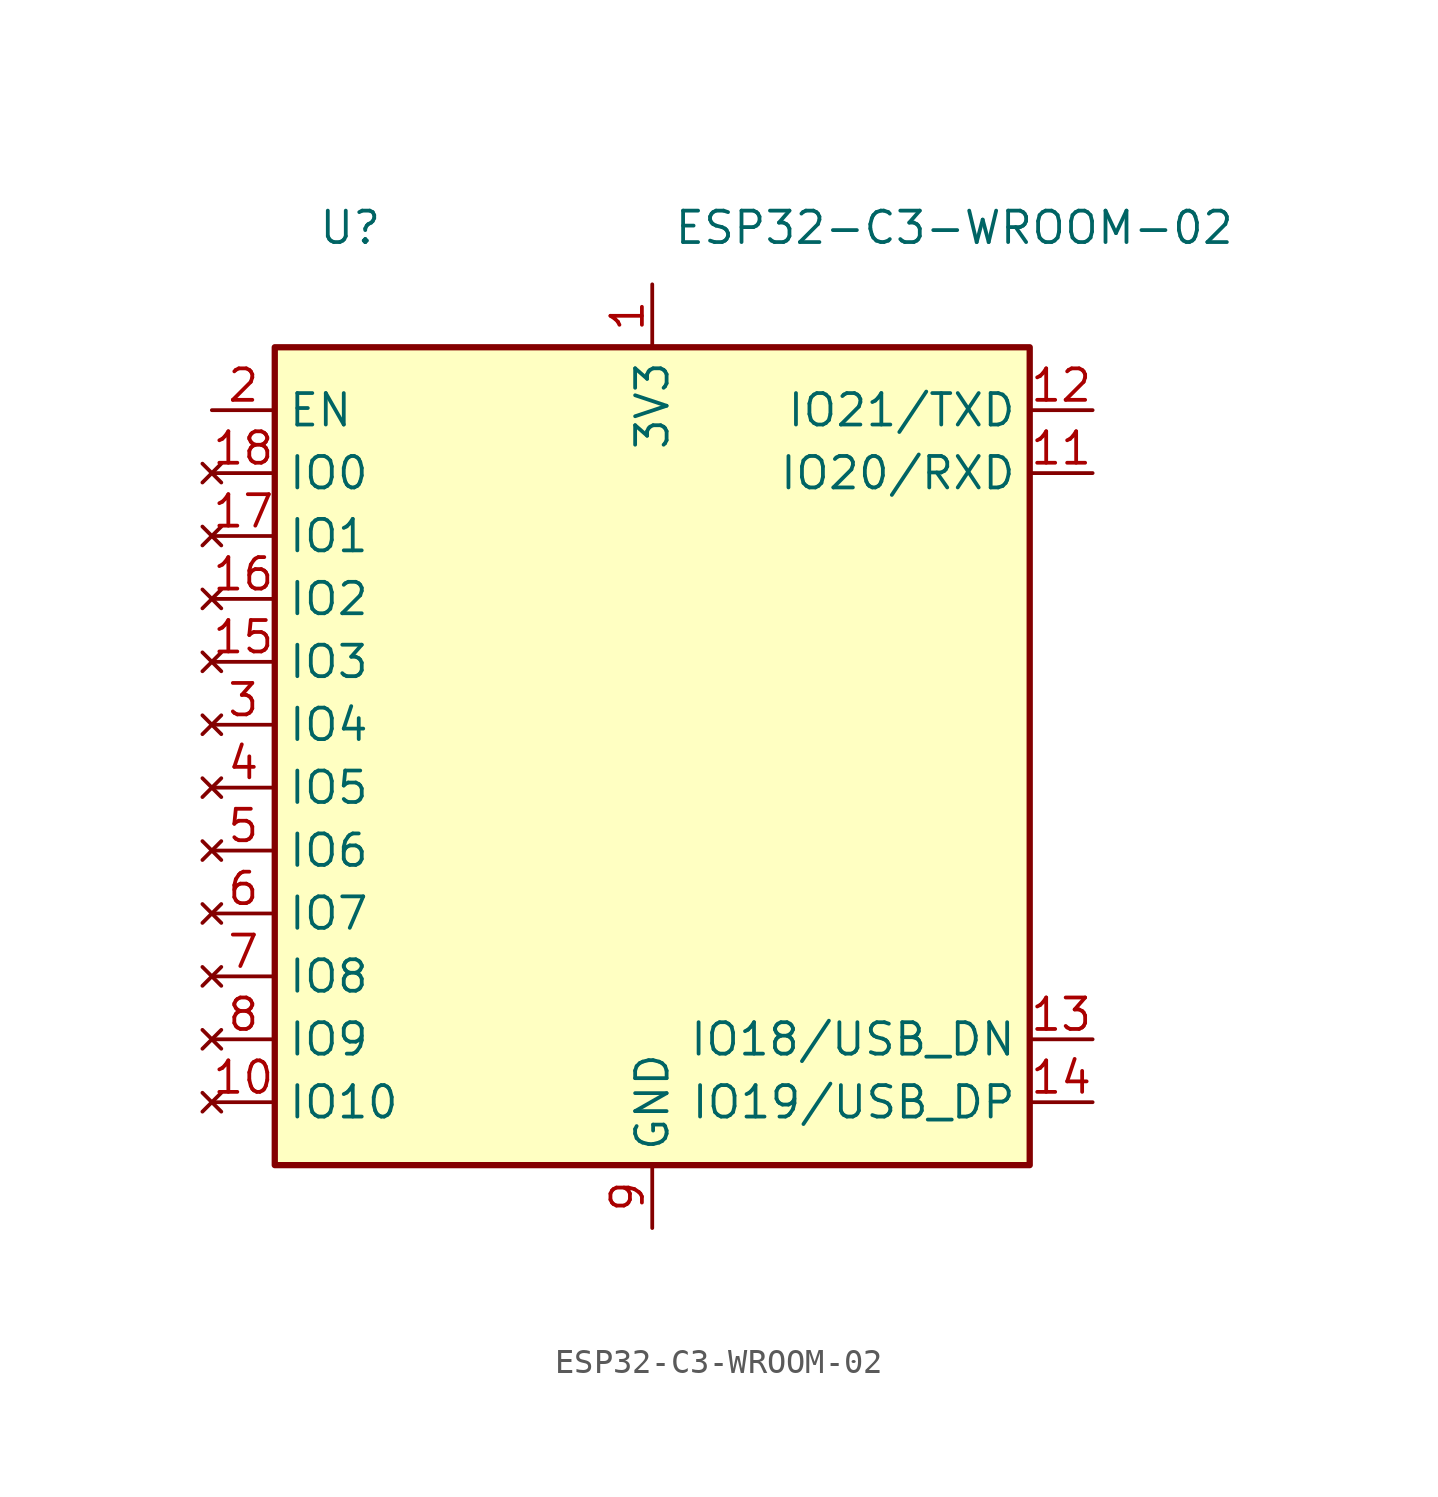
<source format=kicad_sym>
(kicad_symbol_lib
  (version 20241209)
  (generator "kicad_symbol_editor")
  (generator_version "9.0")
  (symbol "ESP32-C3-WROOM-02"
    (property "Reference" "U"
      (at -12.192 21.336 0)
      (effects (font (size 1.27 1.27))))
    (property "Value" "ESP32-C3-WROOM-02"
      (at 12.192 21.336 0)
      (effects (font (size 1.27 1.27))))
    (symbol "ESP32-C3-WROOM-02_1_1"
      (rectangle (start -15.24 16.51) (end 15.24 -16.51) (stroke (width 0.254) (type default)) (fill (type background)))
      (pin input line (at -17.78 13.97 0) (length 2.54) (name "EN" (effects (font (size 1.27 1.27)))) (number "2" (effects (font (size 1.27 1.27)))))
      (pin no_connect line (at -17.78 11.43 0) (length 2.54) (name "IO0" (effects (font (size 1.27 1.27)))) (number "18" (effects (font (size 1.27 1.27)))))
      (pin no_connect line (at -17.78 8.89 0) (length 2.54) (name "IO1" (effects (font (size 1.27 1.27)))) (number "17" (effects (font (size 1.27 1.27)))))
      (pin no_connect line (at -17.78 6.35 0) (length 2.54) (name "IO2" (effects (font (size 1.27 1.27)))) (number "16" (effects (font (size 1.27 1.27)))))
      (pin no_connect line (at -17.78 3.81 0) (length 2.54) (name "IO3" (effects (font (size 1.27 1.27)))) (number "15" (effects (font (size 1.27 1.27)))))
      (pin no_connect line (at -17.78 1.27 0) (length 2.54) (name "IO4" (effects (font (size 1.27 1.27)))) (number "3" (effects (font (size 1.27 1.27)))))
      (pin no_connect line (at -17.78 -1.27 0) (length 2.54) (name "IO5" (effects (font (size 1.27 1.27)))) (number "4" (effects (font (size 1.27 1.27)))))
      (pin no_connect line (at -17.78 -3.81 0) (length 2.54) (name "IO6" (effects (font (size 1.27 1.27)))) (number "5" (effects (font (size 1.27 1.27)))))
      (pin no_connect line (at -17.78 -6.35 0) (length 2.54) (name "IO7" (effects (font (size 1.27 1.27)))) (number "6" (effects (font (size 1.27 1.27)))))
      (pin no_connect line (at -17.78 -8.89 0) (length 2.54) (name "IO8" (effects (font (size 1.27 1.27)))) (number "7" (effects (font (size 1.27 1.27)))))
      (pin no_connect line (at -17.78 -11.43 0) (length 2.54) (name "IO9" (effects (font (size 1.27 1.27)))) (number "8" (effects (font (size 1.27 1.27)))))
      (pin no_connect line (at -17.78 -13.97 0) (length 2.54) (name "IO10" (effects (font (size 1.27 1.27)))) (number "10" (effects (font (size 1.27 1.27)))))
      (pin power_in line (at 0 19.05 270) (length 2.54) (name "3V3" (effects (font (size 1.27 1.27)))) (number "1" (effects (font (size 1.27 1.27)))))
      (pin passive line (at 0 -19.05 90) (length 2.54) (hide yes) (name "GND" (effects (font (size 1.27 1.27)))) (number "19" (effects (font (size 1.27 1.27)))))
      (pin power_in line (at 0 -19.05 90) (length 2.54) (name "GND" (effects (font (size 1.27 1.27)))) (number "9" (effects (font (size 1.27 1.27)))))
      (pin output line (at 17.78 13.97 180) (length 2.54) (name "IO21/TXD" (effects (font (size 1.27 1.27)))) (number "12" (effects (font (size 1.27 1.27)))))
      (pin input line (at 17.78 11.43 180) (length 2.54) (name "IO20/RXD" (effects (font (size 1.27 1.27)))) (number "11" (effects (font (size 1.27 1.27)))))
      (pin bidirectional line (at 17.78 -11.43 180) (length 2.54) (name "IO18/USB_DN" (effects (font (size 1.27 1.27)))) (number "13" (effects (font (size 1.27 1.27)))))
      (pin bidirectional line (at 17.78 -13.97 180) (length 2.54) (name "IO19/USB_DP" (effects (font (size 1.27 1.27)))) (number "14" (effects (font (size 1.27 1.27))))))))
</source>
